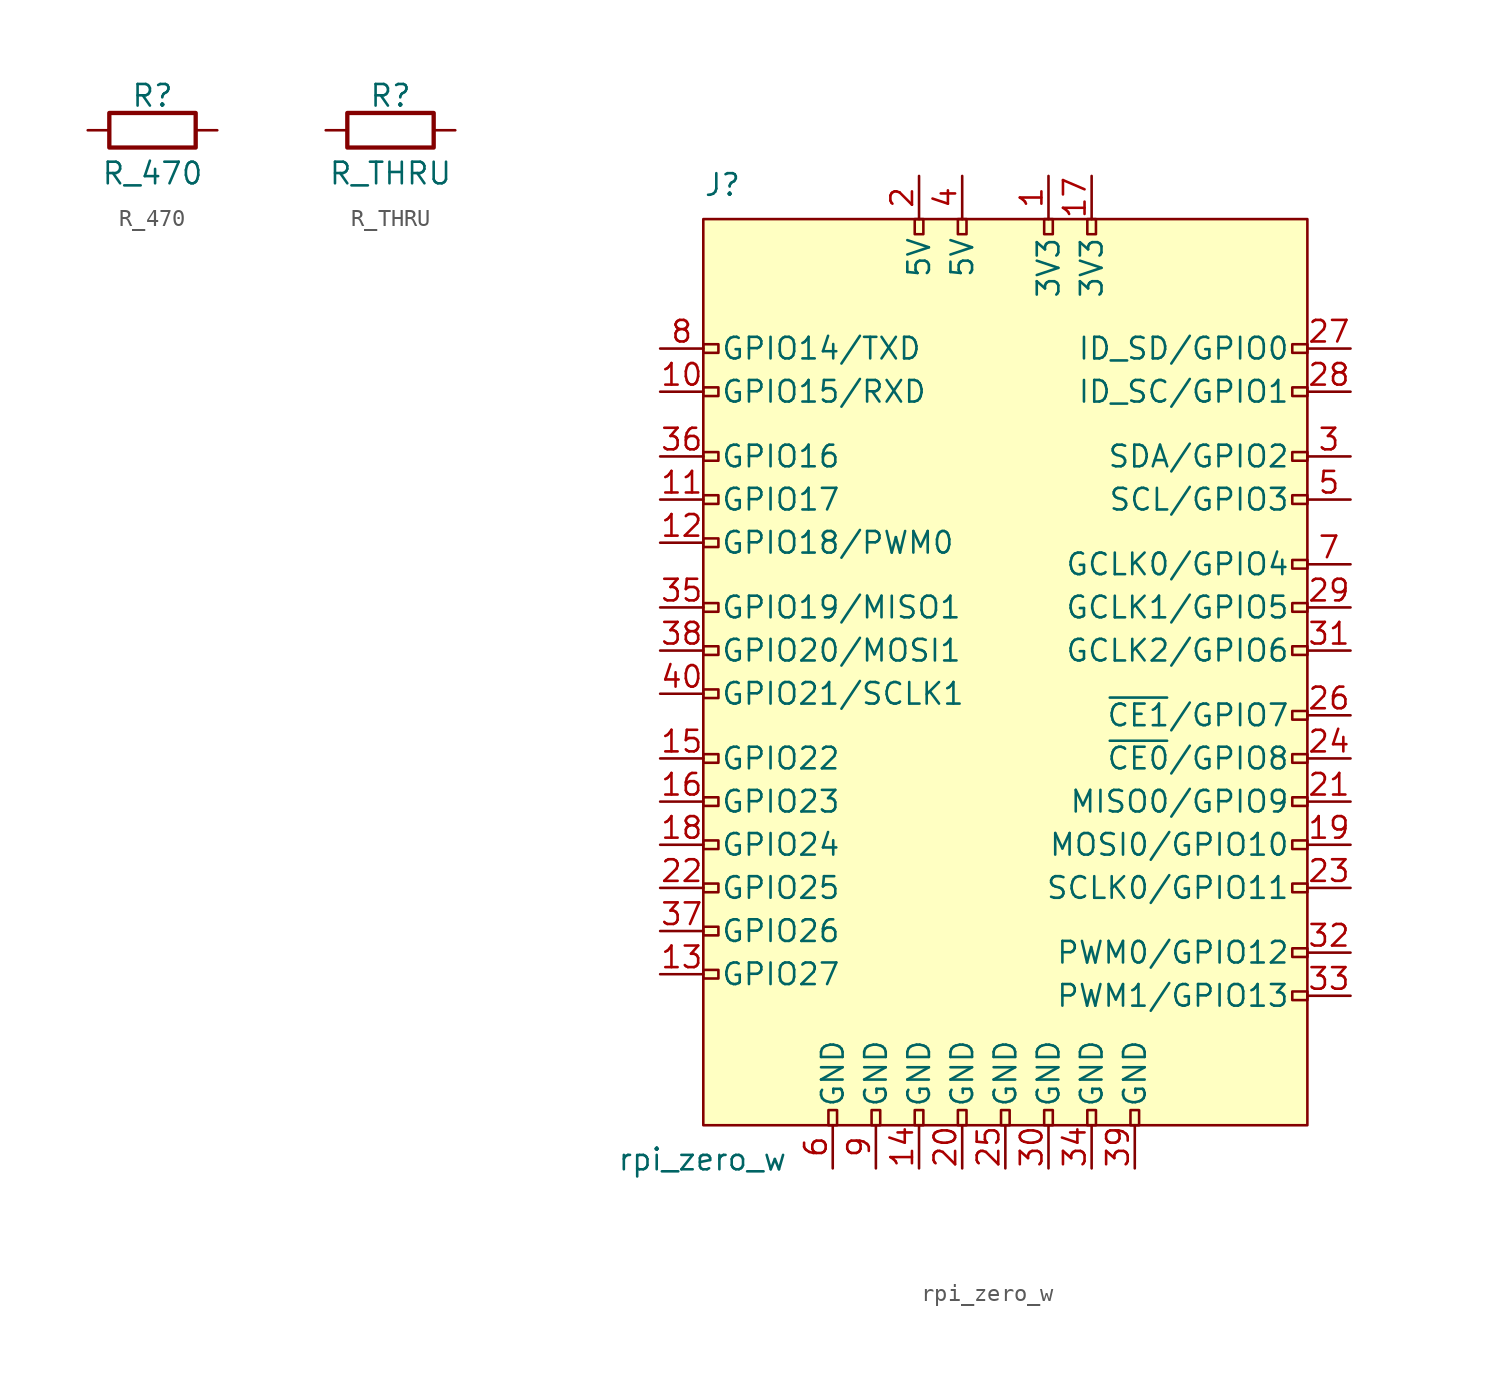
<source format=kicad_sym>
(kicad_symbol_lib
  (version 20211014)
  (generator kicad_symbol_editor)
  (symbol "R_470"
    (pin_numbers hide)
    (pin_names
      (offset 0))
    (property "Reference" "R"
      (at 0 2.032 0)
      (effects (font (size 1.27 1.27))))
    (property "Value" "R_470"
      (at 0 -2.54 0)
      (effects (font (size 1.27 1.27))))
    (symbol "R_470_0_1"
      (rectangle (start 2.54 -1.016) (end -2.54 1.016) (stroke (width 0.254) (type default) (color 0 0 0 0)) (fill (type none))))
    (symbol "R_470_1_1"
      (pin passive line (at -3.81 0 0) (length 1.27) (name "~" (effects (font (size 1.27 1.27)))) (number "1" (effects (font (size 1.27 1.27)))))
      (pin passive line (at 3.81 0 180) (length 1.27) (name "~" (effects (font (size 1.27 1.27)))) (number "2" (effects (font (size 1.27 1.27)))))))
  (symbol "R_THRU"
    (pin_numbers hide)
    (pin_names
      (offset 0))
    (property "Reference" "R"
      (at 0 2.032 0)
      (effects (font (size 1.27 1.27))))
    (property "Value" "R_THRU"
      (at 0 -2.54 0)
      (effects (font (size 1.27 1.27))))
    (symbol "R_THRU_0_1"
      (rectangle (start 2.54 -1.016) (end -2.54 1.016) (stroke (width 0.254) (type default) (color 0 0 0 0)) (fill (type none))))
    (symbol "R_THRU_1_1"
      (pin passive line (at -3.81 0 0) (length 1.27) (name "~" (effects (font (size 1.27 1.27)))) (number "1" (effects (font (size 1.27 1.27)))))
      (pin passive line (at 3.81 0 180) (length 1.27) (name "~" (effects (font (size 1.27 1.27)))) (number "2" (effects (font (size 1.27 1.27)))))))
  (symbol "rpi_zero_w"
    (pin_names
      (offset 1.016))
    (property "Reference" "J"
      (at -17.78 27.94 0)
      (effects (font (size 1.27 1.27)) (justify left bottom)))
    (property "Value" "rpi_zero_w"
      (at -22.86 -27.94 0)
      (effects (font (size 1.27 1.27)) (justify left top)))
    (symbol "rpi_zero_w_0_1"
      (rectangle (start -17.78 26.67) (end 17.78 -26.67) (stroke (width 0) (type default) (color 0 0 0 0)) (fill (type background))))
    (symbol "rpi_zero_w_1_1"
      (rectangle (start -16.891 -17.526) (end -17.78 -18.034) (stroke (width 0) (type default) (color 0 0 0 0)) (fill (type none)))
      (rectangle (start -16.891 -14.986) (end -17.78 -15.494) (stroke (width 0) (type default) (color 0 0 0 0)) (fill (type none)))
      (rectangle (start -16.891 -12.446) (end -17.78 -12.954) (stroke (width 0) (type default) (color 0 0 0 0)) (fill (type none)))
      (rectangle (start -16.891 -9.906) (end -17.78 -10.414) (stroke (width 0) (type default) (color 0 0 0 0)) (fill (type none)))
      (rectangle (start -16.891 -7.366) (end -17.78 -7.874) (stroke (width 0) (type default) (color 0 0 0 0)) (fill (type none)))
      (rectangle (start -16.891 -4.826) (end -17.78 -5.334) (stroke (width 0) (type default) (color 0 0 0 0)) (fill (type none)))
      (rectangle (start -16.891 -1.016) (end -17.78 -1.524) (stroke (width 0) (type default) (color 0 0 0 0)) (fill (type none)))
      (rectangle (start -16.891 1.524) (end -17.78 1.016) (stroke (width 0) (type default) (color 0 0 0 0)) (fill (type none)))
      (rectangle (start -16.891 4.064) (end -17.78 3.556) (stroke (width 0) (type default) (color 0 0 0 0)) (fill (type none)))
      (rectangle (start -16.891 7.874) (end -17.78 7.366) (stroke (width 0) (type default) (color 0 0 0 0)) (fill (type none)))
      (rectangle (start -16.891 10.414) (end -17.78 9.906) (stroke (width 0) (type default) (color 0 0 0 0)) (fill (type none)))
      (rectangle (start -16.891 12.954) (end -17.78 12.446) (stroke (width 0) (type default) (color 0 0 0 0)) (fill (type none)))
      (rectangle (start -16.891 16.764) (end -17.78 16.256) (stroke (width 0) (type default) (color 0 0 0 0)) (fill (type none)))
      (rectangle (start -16.891 19.304) (end -17.78 18.796) (stroke (width 0) (type default) (color 0 0 0 0)) (fill (type none)))
      (rectangle (start -10.414 -25.781) (end -9.906 -26.67) (stroke (width 0) (type default) (color 0 0 0 0)) (fill (type none)))
      (rectangle (start -7.874 -25.781) (end -7.366 -26.67) (stroke (width 0) (type default) (color 0 0 0 0)) (fill (type none)))
      (rectangle (start -5.334 -25.781) (end -4.826 -26.67) (stroke (width 0) (type default) (color 0 0 0 0)) (fill (type none)))
      (rectangle (start -5.334 26.67) (end -4.826 25.781) (stroke (width 0) (type default) (color 0 0 0 0)) (fill (type none)))
      (rectangle (start -2.794 -25.781) (end -2.286 -26.67) (stroke (width 0) (type default) (color 0 0 0 0)) (fill (type none)))
      (rectangle (start -2.794 26.67) (end -2.286 25.781) (stroke (width 0) (type default) (color 0 0 0 0)) (fill (type none)))
      (rectangle (start -0.254 -25.781) (end 0.254 -26.67) (stroke (width 0) (type default) (color 0 0 0 0)) (fill (type none)))
      (rectangle (start 2.286 -25.781) (end 2.794 -26.67) (stroke (width 0) (type default) (color 0 0 0 0)) (fill (type none)))
      (rectangle (start 2.286 26.67) (end 2.794 25.781) (stroke (width 0) (type default) (color 0 0 0 0)) (fill (type none)))
      (rectangle (start 4.826 -25.781) (end 5.334 -26.67) (stroke (width 0) (type default) (color 0 0 0 0)) (fill (type none)))
      (rectangle (start 4.826 26.67) (end 5.334 25.781) (stroke (width 0) (type default) (color 0 0 0 0)) (fill (type none)))
      (rectangle (start 7.366 -25.781) (end 7.874 -26.67) (stroke (width 0) (type default) (color 0 0 0 0)) (fill (type none)))
      (rectangle (start 17.78 -18.796) (end 16.891 -19.304) (stroke (width 0) (type default) (color 0 0 0 0)) (fill (type none)))
      (rectangle (start 17.78 -16.256) (end 16.891 -16.764) (stroke (width 0) (type default) (color 0 0 0 0)) (fill (type none)))
      (rectangle (start 17.78 -12.446) (end 16.891 -12.954) (stroke (width 0) (type default) (color 0 0 0 0)) (fill (type none)))
      (rectangle (start 17.78 -9.906) (end 16.891 -10.414) (stroke (width 0) (type default) (color 0 0 0 0)) (fill (type none)))
      (rectangle (start 17.78 -7.366) (end 16.891 -7.874) (stroke (width 0) (type default) (color 0 0 0 0)) (fill (type none)))
      (rectangle (start 17.78 -4.826) (end 16.891 -5.334) (stroke (width 0) (type default) (color 0 0 0 0)) (fill (type none)))
      (rectangle (start 17.78 -2.286) (end 16.891 -2.794) (stroke (width 0) (type default) (color 0 0 0 0)) (fill (type none)))
      (rectangle (start 17.78 1.524) (end 16.891 1.016) (stroke (width 0) (type default) (color 0 0 0 0)) (fill (type none)))
      (rectangle (start 17.78 4.064) (end 16.891 3.556) (stroke (width 0) (type default) (color 0 0 0 0)) (fill (type none)))
      (rectangle (start 17.78 6.604) (end 16.891 6.096) (stroke (width 0) (type default) (color 0 0 0 0)) (fill (type none)))
      (rectangle (start 17.78 10.414) (end 16.891 9.906) (stroke (width 0) (type default) (color 0 0 0 0)) (fill (type none)))
      (rectangle (start 17.78 12.954) (end 16.891 12.446) (stroke (width 0) (type default) (color 0 0 0 0)) (fill (type none)))
      (rectangle (start 17.78 16.764) (end 16.891 16.256) (stroke (width 0) (type default) (color 0 0 0 0)) (fill (type none)))
      (rectangle (start 17.78 19.304) (end 16.891 18.796) (stroke (width 0) (type default) (color 0 0 0 0)) (fill (type none)))
      (pin power_in line (at 2.54 29.21 270) (length 2.54) (name "3V3" (effects (font (size 1.27 1.27)))) (number "1" (effects (font (size 1.27 1.27)))))
      (pin bidirectional line (at -20.32 16.51 0) (length 2.54) (name "GPIO15/RXD" (effects (font (size 1.27 1.27)))) (number "10" (effects (font (size 1.27 1.27)))))
      (pin bidirectional line (at -20.32 10.16 0) (length 2.54) (name "GPIO17" (effects (font (size 1.27 1.27)))) (number "11" (effects (font (size 1.27 1.27)))))
      (pin bidirectional line (at -20.32 7.62 0) (length 2.54) (name "GPIO18/PWM0" (effects (font (size 1.27 1.27)))) (number "12" (effects (font (size 1.27 1.27)))))
      (pin bidirectional line (at -20.32 -17.78 0) (length 2.54) (name "GPIO27" (effects (font (size 1.27 1.27)))) (number "13" (effects (font (size 1.27 1.27)))))
      (pin power_in line (at -5.08 -29.21 90) (length 2.54) (name "GND" (effects (font (size 1.27 1.27)))) (number "14" (effects (font (size 1.27 1.27)))))
      (pin bidirectional line (at -20.32 -5.08 0) (length 2.54) (name "GPIO22" (effects (font (size 1.27 1.27)))) (number "15" (effects (font (size 1.27 1.27)))))
      (pin bidirectional line (at -20.32 -7.62 0) (length 2.54) (name "GPIO23" (effects (font (size 1.27 1.27)))) (number "16" (effects (font (size 1.27 1.27)))))
      (pin power_in line (at 5.08 29.21 270) (length 2.54) (name "3V3" (effects (font (size 1.27 1.27)))) (number "17" (effects (font (size 1.27 1.27)))))
      (pin bidirectional line (at -20.32 -10.16 0) (length 2.54) (name "GPIO24" (effects (font (size 1.27 1.27)))) (number "18" (effects (font (size 1.27 1.27)))))
      (pin bidirectional line (at 20.32 -10.16 180) (length 2.54) (name "MOSI0/GPIO10" (effects (font (size 1.27 1.27)))) (number "19" (effects (font (size 1.27 1.27)))))
      (pin power_in line (at -5.08 29.21 270) (length 2.54) (name "5V" (effects (font (size 1.27 1.27)))) (number "2" (effects (font (size 1.27 1.27)))))
      (pin power_in line (at -2.54 -29.21 90) (length 2.54) (name "GND" (effects (font (size 1.27 1.27)))) (number "20" (effects (font (size 1.27 1.27)))))
      (pin bidirectional line (at 20.32 -7.62 180) (length 2.54) (name "MISO0/GPIO9" (effects (font (size 1.27 1.27)))) (number "21" (effects (font (size 1.27 1.27)))))
      (pin bidirectional line (at -20.32 -12.7 0) (length 2.54) (name "GPIO25" (effects (font (size 1.27 1.27)))) (number "22" (effects (font (size 1.27 1.27)))))
      (pin bidirectional line (at 20.32 -12.7 180) (length 2.54) (name "SCLK0/GPIO11" (effects (font (size 1.27 1.27)))) (number "23" (effects (font (size 1.27 1.27)))))
      (pin bidirectional line (at 20.32 -5.08 180) (length 2.54) (name "~{CE0}/GPIO8" (effects (font (size 1.27 1.27)))) (number "24" (effects (font (size 1.27 1.27)))))
      (pin power_in line (at 0 -29.21 90) (length 2.54) (name "GND" (effects (font (size 1.27 1.27)))) (number "25" (effects (font (size 1.27 1.27)))))
      (pin bidirectional line (at 20.32 -2.54 180) (length 2.54) (name "~{CE1}/GPIO7" (effects (font (size 1.27 1.27)))) (number "26" (effects (font (size 1.27 1.27)))))
      (pin bidirectional line (at 20.32 19.05 180) (length 2.54) (name "ID_SD/GPIO0" (effects (font (size 1.27 1.27)))) (number "27" (effects (font (size 1.27 1.27)))))
      (pin bidirectional line (at 20.32 16.51 180) (length 2.54) (name "ID_SC/GPIO1" (effects (font (size 1.27 1.27)))) (number "28" (effects (font (size 1.27 1.27)))))
      (pin bidirectional line (at 20.32 3.81 180) (length 2.54) (name "GCLK1/GPIO5" (effects (font (size 1.27 1.27)))) (number "29" (effects (font (size 1.27 1.27)))))
      (pin bidirectional line (at 20.32 12.7 180) (length 2.54) (name "SDA/GPIO2" (effects (font (size 1.27 1.27)))) (number "3" (effects (font (size 1.27 1.27)))))
      (pin power_in line (at 2.54 -29.21 90) (length 2.54) (name "GND" (effects (font (size 1.27 1.27)))) (number "30" (effects (font (size 1.27 1.27)))))
      (pin bidirectional line (at 20.32 1.27 180) (length 2.54) (name "GCLK2/GPIO6" (effects (font (size 1.27 1.27)))) (number "31" (effects (font (size 1.27 1.27)))))
      (pin bidirectional line (at 20.32 -16.51 180) (length 2.54) (name "PWM0/GPIO12" (effects (font (size 1.27 1.27)))) (number "32" (effects (font (size 1.27 1.27)))))
      (pin bidirectional line (at 20.32 -19.05 180) (length 2.54) (name "PWM1/GPIO13" (effects (font (size 1.27 1.27)))) (number "33" (effects (font (size 1.27 1.27)))))
      (pin power_in line (at 5.08 -29.21 90) (length 2.54) (name "GND" (effects (font (size 1.27 1.27)))) (number "34" (effects (font (size 1.27 1.27)))))
      (pin bidirectional line (at -20.32 3.81 0) (length 2.54) (name "GPIO19/MISO1" (effects (font (size 1.27 1.27)))) (number "35" (effects (font (size 1.27 1.27)))))
      (pin bidirectional line (at -20.32 12.7 0) (length 2.54) (name "GPIO16" (effects (font (size 1.27 1.27)))) (number "36" (effects (font (size 1.27 1.27)))))
      (pin bidirectional line (at -20.32 -15.24 0) (length 2.54) (name "GPIO26" (effects (font (size 1.27 1.27)))) (number "37" (effects (font (size 1.27 1.27)))))
      (pin bidirectional line (at -20.32 1.27 0) (length 2.54) (name "GPIO20/MOSI1" (effects (font (size 1.27 1.27)))) (number "38" (effects (font (size 1.27 1.27)))))
      (pin power_in line (at 7.62 -29.21 90) (length 2.54) (name "GND" (effects (font (size 1.27 1.27)))) (number "39" (effects (font (size 1.27 1.27)))))
      (pin power_in line (at -2.54 29.21 270) (length 2.54) (name "5V" (effects (font (size 1.27 1.27)))) (number "4" (effects (font (size 1.27 1.27)))))
      (pin bidirectional line (at -20.32 -1.27 0) (length 2.54) (name "GPIO21/SCLK1" (effects (font (size 1.27 1.27)))) (number "40" (effects (font (size 1.27 1.27)))))
      (pin bidirectional line (at 20.32 10.16 180) (length 2.54) (name "SCL/GPIO3" (effects (font (size 1.27 1.27)))) (number "5" (effects (font (size 1.27 1.27)))))
      (pin power_in line (at -10.16 -29.21 90) (length 2.54) (name "GND" (effects (font (size 1.27 1.27)))) (number "6" (effects (font (size 1.27 1.27)))))
      (pin bidirectional line (at 20.32 6.35 180) (length 2.54) (name "GCLK0/GPIO4" (effects (font (size 1.27 1.27)))) (number "7" (effects (font (size 1.27 1.27)))))
      (pin bidirectional line (at -20.32 19.05 0) (length 2.54) (name "GPIO14/TXD" (effects (font (size 1.27 1.27)))) (number "8" (effects (font (size 1.27 1.27)))))
      (pin power_in line (at -7.62 -29.21 90) (length 2.54) (name "GND" (effects (font (size 1.27 1.27)))) (number "9" (effects (font (size 1.27 1.27))))))))
</source>
